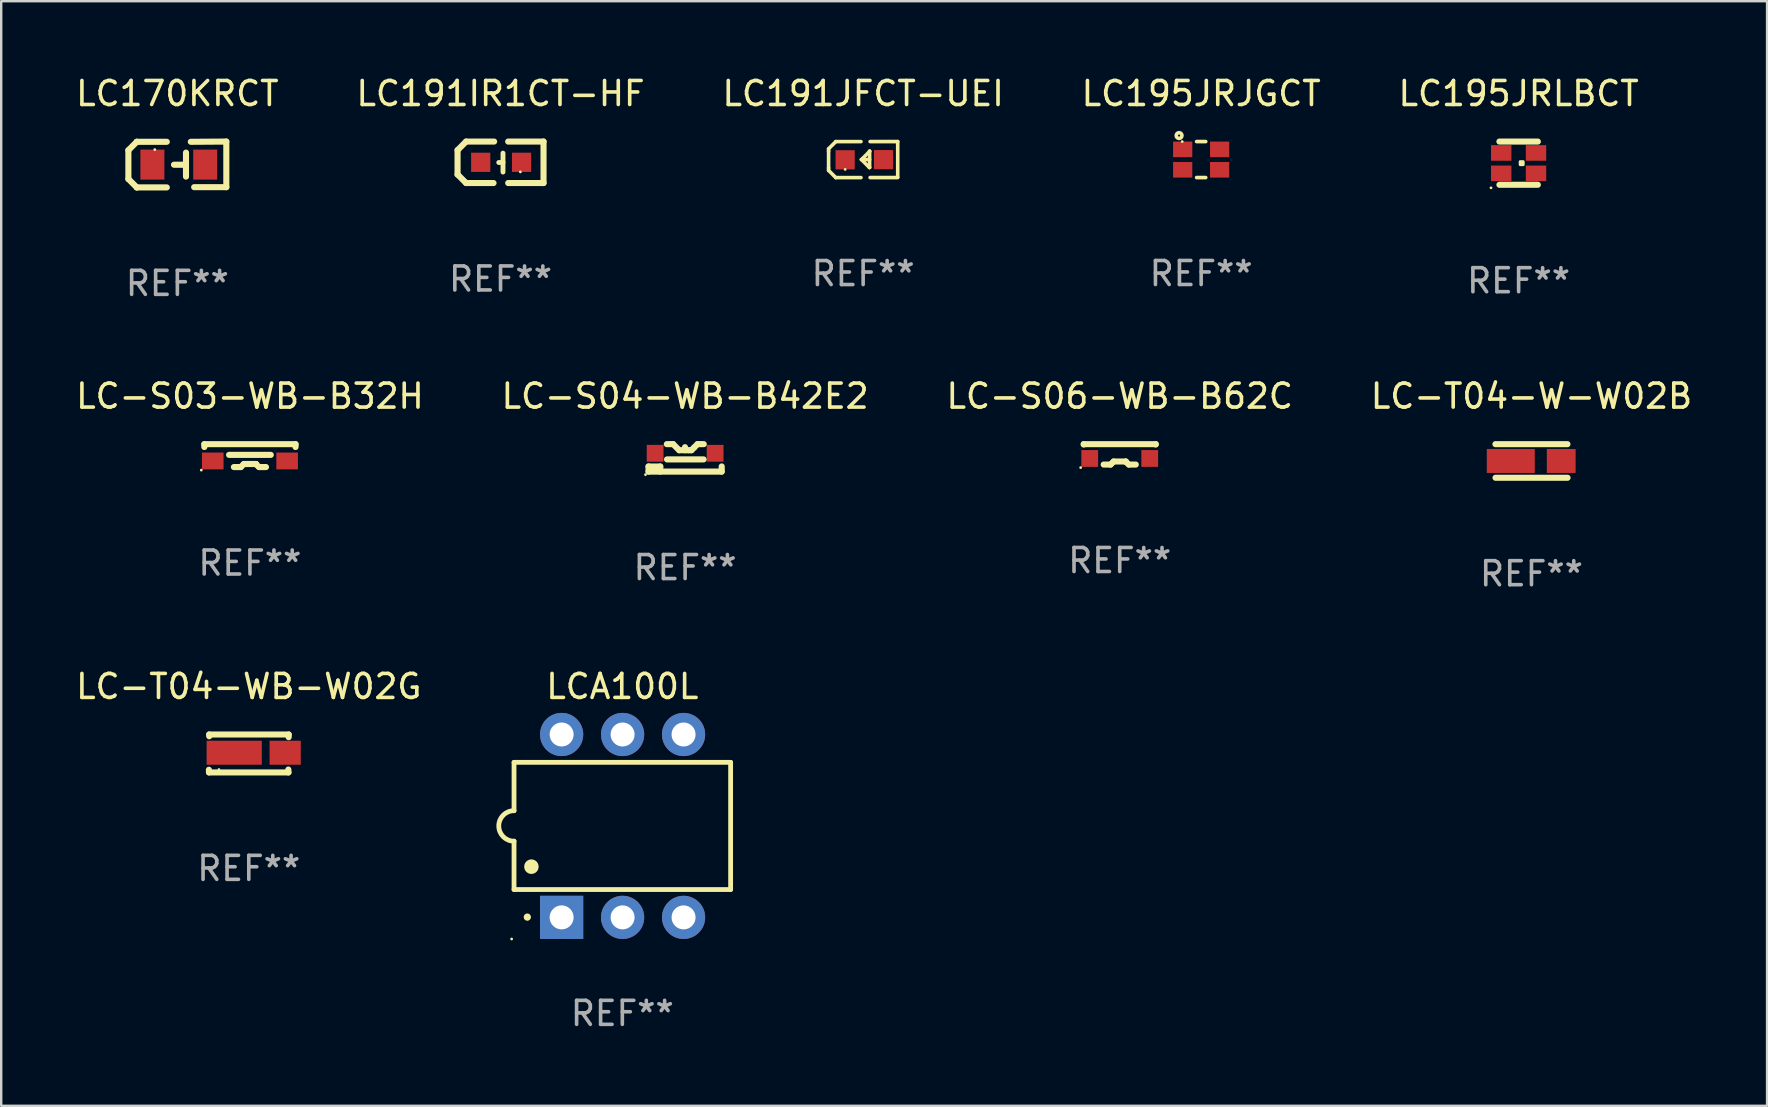
<source format=kicad_pcb>
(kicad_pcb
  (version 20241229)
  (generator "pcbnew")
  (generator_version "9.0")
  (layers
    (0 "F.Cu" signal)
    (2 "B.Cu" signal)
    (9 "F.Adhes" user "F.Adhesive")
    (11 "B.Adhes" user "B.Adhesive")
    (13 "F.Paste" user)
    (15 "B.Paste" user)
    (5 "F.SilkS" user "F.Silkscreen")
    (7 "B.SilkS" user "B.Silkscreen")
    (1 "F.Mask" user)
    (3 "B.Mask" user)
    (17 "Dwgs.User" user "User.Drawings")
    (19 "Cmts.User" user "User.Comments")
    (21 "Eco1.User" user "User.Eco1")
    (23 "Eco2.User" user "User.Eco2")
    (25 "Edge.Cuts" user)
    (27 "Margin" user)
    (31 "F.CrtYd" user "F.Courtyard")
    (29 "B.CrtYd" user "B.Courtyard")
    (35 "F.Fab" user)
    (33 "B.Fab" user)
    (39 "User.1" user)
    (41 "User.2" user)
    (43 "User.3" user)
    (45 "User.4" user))
  (footprint "LC-T04-WB-W02G"
    (layer "F.Cu")
    (at 7.315 28.341)
    (property "Reference" "LC-T04-WB-W02G" (at 0 -2.79 0) (layer "F.SilkS") (effects (font (size 1 1) (thickness 0.15))))
    (attr through_hole)
    (fp_line (start -1.662 0.68) (end -1.658 0.79) (stroke (width 0.254) (type solid)) (layer "F.SilkS"))
    (fp_line (start -1.658 0.79) (end 1.652 0.79) (stroke (width 0.254) (type solid)) (layer "F.SilkS"))
    (fp_line (start -1.648 -0.79) (end 1.662 -0.79) (stroke (width 0.254) (type solid)) (layer "F.SilkS"))
    (fp_line (start -1.648 -0.716) (end -1.648 -0.79) (stroke (width 0.254) (type solid)) (layer "F.SilkS"))
    (fp_line (start 1.652 0.79) (end 1.648 0.67) (stroke (width 0.254) (type solid)) (layer "F.SilkS"))
    (fp_line (start 1.662 -0.79) (end 1.662 -0.678) (stroke (width 0.254) (type solid)) (layer "F.SilkS"))
    (fp_circle (center -1.243 0.67) (end -1.213 0.67) (stroke (width 0.06) (type solid)) (fill no) (layer "F.SilkS"))
    (fp_text user "REF**" (at 0 4.79 0) (layer "F.Fab") (effects (font (size 1 1) (thickness 0.15))))
    (pad "1" smd rect (at -0.607 -0.03) (size 2.3 1) (layers "F.Cu" "F.Mask" "F.Paste"))
    (pad "2" smd rect (at 1.516 -0.03) (size 1.3 1) (layers "F.Cu" "F.Mask" "F.Paste")))
  (footprint "LC-T04-W-W02B"
    (layer "F.Cu")
    (at 60.756 16.155)
    (property "Reference" "LC-T04-W-W02B" (at 0 -2.7 0) (layer "F.SilkS") (effects (font (size 1 1) (thickness 0.15))))
    (attr through_hole)
    (fp_line (start -1.502 -0.7) (end 1.498 -0.7) (stroke (width 0.254) (type solid)) (layer "F.SilkS"))
    (fp_line (start 1.502 0.7) (end -1.498 0.7) (stroke (width 0.254) (type solid)) (layer "F.SilkS"))
    (fp_circle (center -1.512 0.7) (end -1.482 0.7) (stroke (width 0.06) (type solid)) (fill no) (layer "F.SilkS"))
    (fp_text user "REF**" (at 0 4.7 0) (layer "F.Fab") (effects (font (size 1 1) (thickness 0.15))))
    (pad "1" smd rect (at -0.862 0) (size 2 1) (layers "F.Cu" "F.Mask" "F.Paste"))
    (pad "2" smd rect (at 1.239 0) (size 1.2 1) (layers "F.Cu" "F.Mask" "F.Paste")))
  (footprint "LCA100L"
    (layer "F.Cu")
    (at 22.878 31.361)
    (property "Reference" "LCA100L" (at 0 -5.81 0) (layer "F.SilkS") (effects (font (size 1 1) (thickness 0.15))))
    (attr through_hole)
    (fp_line (start -4.512 -2.649) (end 4.512 -2.649) (stroke (width 0.2) (type solid)) (layer "F.SilkS"))
    (fp_line (start -4.512 -0.635) (end -4.512 -2.649) (stroke (width 0.2) (type solid)) (layer "F.SilkS"))
    (fp_line (start -4.512 2.649) (end -4.512 0.635) (stroke (width 0.2) (type solid)) (layer "F.SilkS"))
    (fp_line (start 4.512 -2.649) (end 4.512 2.649) (stroke (width 0.2) (type solid)) (layer "F.SilkS"))
    (fp_line (start 4.512 2.649) (end -4.512 2.649) (stroke (width 0.2) (type solid)) (layer "F.SilkS"))
    (fp_arc (start -4.512319 0.635001) (mid -5.14732 0) (end -4.512319 -0.635001) (stroke (width 0.2) (type solid)) (layer "F.SilkS"))
    (fp_arc (start -3.958598 3.799848) (mid -3.958603 3.798578) (end -3.958598 3.797308) (stroke (width 0.3) (type solid)) (layer "F.SilkS"))
    (fp_arc (start -3.788418 1.699263) (mid -3.788429 1.696723) (end -3.788418 1.694183) (stroke (width 0.6) (type solid)) (layer "F.SilkS"))
    (fp_circle (center -4.612 4.71) (end -4.582 4.71) (stroke (width 0.06) (type solid)) (fill no) (layer "F.SilkS"))
    (fp_text user "REF**" (at 0 7.81 0) (layer "F.Fab") (effects (font (size 1 1) (thickness 0.15))))
    (pad "1" thru_hole rect (at -2.529 3.81 90) (size 1.8 1.8) (drill 1) (layers "*.Cu" "*.Mask"))
    (pad "2" thru_hole circle (at 0.011 3.81) (size 1.8 1.8) (drill 1) (layers "*.Cu" "*.Mask"))
    (pad "3" thru_hole circle (at 2.551 3.81) (size 1.8 1.8) (drill 1) (layers "*.Cu" "*.Mask"))
    (pad "4" thru_hole circle (at 2.551 -3.81) (size 1.8 1.8) (drill 1) (layers "*.Cu" "*.Mask"))
    (pad "5" thru_hole circle (at 0.011 -3.81) (size 1.8 1.8) (drill 1) (layers "*.Cu" "*.Mask"))
    (pad "6" thru_hole circle (at -2.529 -3.81) (size 1.8 1.8) (drill 1) (layers "*.Cu" "*.Mask")))
  (footprint "LC-S04-WB-B42E2"
    (layer "F.Cu")
    (at 25.494 16.026)
    (property "Reference" "LC-S04-WB-B42E2" (at 0 -2.572 0) (layer "F.SilkS") (effects (font (size 1 1) (thickness 0.15))))
    (attr through_hole)
    (fp_line (start -1.524 0.572) (end -1.524 0.357) (stroke (width 0.254) (type solid)) (layer "F.SilkS"))
    (fp_line (start -1.524 0.572) (end 1.524 0.572) (stroke (width 0.254) (type solid)) (layer "F.SilkS"))
    (fp_line (start -1.036 0.36) (end -1.524 0.36) (stroke (width 0.254) (type solid)) (layer "F.SilkS"))
    (fp_line (start -1.036 0.572) (end -1.036 0.36) (stroke (width 0.254) (type solid)) (layer "F.SilkS"))
    (fp_line (start -0.762 -0.572) (end -0.5 -0.572) (stroke (width 0.254) (type solid)) (layer "F.SilkS"))
    (fp_line (start -0.754 0.064) (end 0.77 0.064) (stroke (width 0.254) (type solid)) (layer "F.SilkS"))
    (fp_line (start -0.5 -0.572) (end -0.246 -0.318) (stroke (width 0.254) (type solid)) (layer "F.SilkS"))
    (fp_line (start -0.246 -0.318) (end 0.135 -0.318) (stroke (width 0.254) (type solid)) (layer "F.SilkS"))
    (fp_line (start -0.005 -0.318) (end -0.005 -0.445) (stroke (width 0.254) (type solid)) (layer "F.SilkS"))
    (fp_line (start 0.135 -0.318) (end 0.262 -0.318) (stroke (width 0.254) (type solid)) (layer "F.SilkS"))
    (fp_line (start 0.262 -0.318) (end 0.376 -0.432) (stroke (width 0.254) (type solid)) (layer "F.SilkS"))
    (fp_line (start 0.376 -0.432) (end 0.516 -0.572) (stroke (width 0.254) (type solid)) (layer "F.SilkS"))
    (fp_line (start 0.516 -0.572) (end 0.777 -0.572) (stroke (width 0.254) (type solid)) (layer "F.SilkS"))
    (fp_line (start 1.524 0.572) (end 1.524 0.357) (stroke (width 0.254) (type solid)) (layer "F.SilkS"))
    (fp_circle (center -1.651 0.699) (end -1.621 0.699) (stroke (width 0.06) (type solid)) (fill no) (layer "F.SilkS"))
    (fp_text user "REF**" (at 0 4.572 0) (layer "F.Fab") (effects (font (size 1 1) (thickness 0.15))))
    (pad "1" smd rect (at -1.25 -0.191) (size 0.7 0.7) (layers "F.Cu" "F.Mask" "F.Paste"))
    (pad "2" smd rect (at 1.25 -0.191) (size 0.7 0.7) (layers "F.Cu" "F.Mask" "F.Paste")))
  (footprint "LC-S03-WB-B32H"
    (layer "F.Cu")
    (at 7.363 15.932)
    (property "Reference" "LC-S03-WB-B32H" (at 0 -2.477 0) (layer "F.SilkS") (effects (font (size 1 1) (thickness 0.15))))
    (attr through_hole)
    (fp_line (start -1.9 -0.477) (end -1.9 -0.358) (stroke (width 0.254) (type solid)) (layer "F.SilkS"))
    (fp_line (start -0.869 -0.031) (end 0.869 -0.031) (stroke (width 0.254) (type solid)) (layer "F.SilkS"))
    (fp_line (start -0.669 0.477) (end -0.381 0.477) (stroke (width 0.254) (type solid)) (layer "F.SilkS"))
    (fp_line (start -0.381 0.477) (end -0.254 0.35) (stroke (width 0.254) (type solid)) (layer "F.SilkS"))
    (fp_line (start -0.254 0.35) (end 0.254 0.35) (stroke (width 0.254) (type solid)) (layer "F.SilkS"))
    (fp_line (start 0.254 0.35) (end 0.254 0.36) (stroke (width 0.254) (type solid)) (layer "F.SilkS"))
    (fp_line (start 0.254 0.36) (end 0.381 0.477) (stroke (width 0.254) (type solid)) (layer "F.SilkS"))
    (fp_line (start 0.381 0.477) (end 0.669 0.477) (stroke (width 0.254) (type solid)) (layer "F.SilkS"))
    (fp_line (start 1.9 -0.477) (end -1.9 -0.477) (stroke (width 0.254) (type solid)) (layer "F.SilkS"))
    (fp_line (start 1.9 -0.477) (end 1.9 -0.358) (stroke (width 0.254) (type solid)) (layer "F.SilkS"))
    (fp_circle (center -2.027 0.604) (end -1.997 0.604) (stroke (width 0.06) (type solid)) (fill no) (layer "F.SilkS"))
    (fp_text user "REF**" (at 0 4.477 0) (layer "F.Fab") (effects (font (size 1 1) (thickness 0.15))))
    (pad "1" smd rect (at -1.55 0.223) (size 0.9 0.7) (layers "F.Cu" "F.Mask" "F.Paste"))
    (pad "2" smd rect (at 1.55 0.223) (size 0.9 0.7) (layers "F.Cu" "F.Mask" "F.Paste")))
  (footprint "LC195JRJGCT"
    (layer "F.Cu")
    (at 46.994 3.598)
    (property "Reference" "LC195JRJGCT" (at 0 -2.75 0) (layer "F.SilkS") (effects (font (size 1 1) (thickness 0.15))))
    (attr through_hole)
    (fp_line (start -0.19 -0.75) (end 0.19 -0.75) (stroke (width 0.152) (type solid)) (layer "F.SilkS"))
    (fp_line (start -0.19 0.75) (end 0.189 0.75) (stroke (width 0.152) (type solid)) (layer "F.SilkS"))
    (fp_circle (center -0.92 -1) (end -0.877 -1) (stroke (width 0.152) (type solid)) (fill no) (layer "F.SilkS"))
    (fp_circle (center -0.79 -0.75) (end -0.76 -0.75) (stroke (width 0.06) (type solid)) (fill no) (layer "F.SilkS"))
    (fp_text user "REF**" (at 0 4.75 0) (layer "F.Fab") (effects (font (size 1 1) (thickness 0.15))))
    (pad "1" smd rect (at -0.77 -0.425) (size 0.8 0.65) (layers "F.Cu" "F.Mask" "F.Paste"))
    (pad "2" smd rect (at 0.77 -0.425) (size 0.8 0.65) (layers "F.Cu" "F.Mask" "F.Paste"))
    (pad "3" smd rect (at -0.77 0.425) (size 0.8 0.65) (layers "F.Cu" "F.Mask" "F.Paste"))
    (pad "4" smd rect (at 0.769 0.425) (size 0.8 0.65) (layers "F.Cu" "F.Mask" "F.Paste")))
  (footprint "LC170KRCT"
    (layer "F.Cu")
    (at 4.339 3.803)
    (property "Reference" "LC170KRCT" (at 0 -2.955 0) (layer "F.SilkS") (effects (font (size 1 1) (thickness 0.15))))
    (attr through_hole)
    (fp_line (start -2.04 -0.595) (end -2.04 0.605) (stroke (width 0.254) (type solid)) (layer "F.SilkS"))
    (fp_line (start -1.69 -0.945) (end -1.69 -0.945) (stroke (width 0.254) (type solid)) (layer "F.SilkS"))
    (fp_line (start -1.69 -0.945) (end -2.04 -0.595) (stroke (width 0.254) (type solid)) (layer "F.SilkS"))
    (fp_line (start -1.69 0.955) (end -2.04 0.605) (stroke (width 0.254) (type solid)) (layer "F.SilkS"))
    (fp_line (start -1.69 0.955) (end -1.69 0.955) (stroke (width 0.254) (type solid)) (layer "F.SilkS"))
    (fp_line (start -0.44 -0.945) (end -1.69 -0.945) (stroke (width 0.254) (type solid)) (layer "F.SilkS"))
    (fp_line (start -0.44 0.955) (end -1.69 0.955) (stroke (width 0.254) (type solid)) (layer "F.SilkS"))
    (fp_line (start 0.36 -0.495) (end 0.36 0.505) (stroke (width 0.254) (type solid)) (layer "F.SilkS"))
    (fp_line (start 0.36 0.01) (end -0.14 0.01) (stroke (width 0.254) (type solid)) (layer "F.SilkS"))
    (fp_line (start 0.56 -0.945) (end 2.04 -0.955) (stroke (width 0.254) (type solid)) (layer "F.SilkS"))
    (fp_line (start 0.7 0.945) (end 2.04 0.945) (stroke (width 0.254) (type solid)) (layer "F.SilkS"))
    (fp_line (start 2.04 -0.955) (end 2.04 0.945) (stroke (width 0.254) (type solid)) (layer "F.SilkS"))
    (fp_circle (center -0.94 -0.62) (end -0.91 -0.62) (stroke (width 0.06) (type solid)) (fill no) (layer "F.SilkS"))
    (fp_text user "REF**" (at 0 4.955 0) (layer "F.Fab") (effects (font (size 1 1) (thickness 0.15))))
    (pad "1" smd rect (at -1.04 0.005 180) (size 1 1.25) (layers "F.Cu" "F.Mask" "F.Paste"))
    (pad "2" smd rect (at 1.16 0.005 180) (size 1 1.25) (layers "F.Cu" "F.Mask" "F.Paste")))
  (footprint "LC195JRLBCT"
    (layer "F.Cu")
    (at 60.22 3.748)
    (property "Reference" "LC195JRLBCT" (at 0 -2.9 0) (layer "F.SilkS") (effects (font (size 1 1) (thickness 0.15))))
    (attr through_hole)
    (fp_line (start -0.8 -0.9) (end 0.8 -0.9) (stroke (width 0.254) (type solid)) (layer "F.SilkS"))
    (fp_line (start -0.8 0.9) (end 0.8 0.9) (stroke (width 0.254) (type solid)) (layer "F.SilkS"))
    (fp_circle (center -1.15 1.027) (end -1.12 1.027) (stroke (width 0.06) (type solid)) (fill no) (layer "F.SilkS"))
    (fp_poly (pts (xy 0.064 -0.064) (xy 0.191 -0.064) (xy 0.191 0.063) (xy 0.064 0.063)) (stroke (width 0.12) (type solid)) (fill yes) (layer "F.SilkS"))
    (fp_text user "REF**" (at 0 4.9 0) (layer "F.Fab") (effects (font (size 1 1) (thickness 0.15))))
    (pad "1" smd rect (at -0.725 0.425 180) (size 0.85 0.65) (layers "F.Cu" "F.Mask" "F.Paste"))
    (pad "2" smd rect (at -0.725 -0.425 180) (size 0.85 0.65) (layers "F.Cu" "F.Mask" "F.Paste"))
    (pad "3" smd rect (at 0.725 0.425 180) (size 0.85 0.65) (layers "F.Cu" "F.Mask" "F.Paste"))
    (pad "4" smd rect (at 0.725 -0.425 180) (size 0.85 0.65) (layers "F.Cu" "F.Mask" "F.Paste")))
  (footprint "LC191IR1CT-HF"
    (layer "F.Cu")
    (at 17.804 3.712)
    (property "Reference" "LC191IR1CT-HF" (at 0 -2.864 0) (layer "F.SilkS") (effects (font (size 1 1) (thickness 0.15))))
    (attr through_hole)
    (fp_line (start -1.791 -0.508) (end -1.435 -0.864) (stroke (width 0.254) (type solid)) (layer "F.SilkS"))
    (fp_line (start -1.791 0.508) (end -1.791 -0.508) (stroke (width 0.254) (type solid)) (layer "F.SilkS"))
    (fp_line (start -1.435 0.864) (end -1.791 0.508) (stroke (width 0.254) (type solid)) (layer "F.SilkS"))
    (fp_line (start -0.292 0.864) (end -1.435 0.864) (stroke (width 0.254) (type solid)) (layer "F.SilkS"))
    (fp_line (start -0.267 -0.864) (end -1.435 -0.864) (stroke (width 0.254) (type solid)) (layer "F.SilkS"))
    (fp_line (start 0.102 0.008) (end -0.074 0.008) (stroke (width 0.203) (type solid)) (layer "F.SilkS"))
    (fp_line (start 0.102 0.406) (end 0.102 -0.381) (stroke (width 0.203) (type solid)) (layer "F.SilkS"))
    (fp_line (start 1.791 -0.864) (end 0.318 -0.864) (stroke (width 0.254) (type solid)) (layer "F.SilkS"))
    (fp_line (start 1.791 0.864) (end 0.318 0.864) (stroke (width 0.254) (type solid)) (layer "F.SilkS"))
    (fp_line (start 1.791 0.864) (end 1.791 -0.864) (stroke (width 0.254) (type solid)) (layer "F.SilkS"))
    (fp_circle (center 0.825 0.4) (end 0.855 0.4) (stroke (width 0.06) (type solid)) (fill no) (layer "F.SilkS"))
    (fp_text user "REF**" (at 0 4.864 0) (layer "F.Fab") (effects (font (size 1 1) (thickness 0.15))))
    (pad "1" smd rect (at 0.876 0 90) (size 0.8 0.8) (layers "F.Cu" "F.Mask" "F.Paste"))
    (pad "2" smd rect (at -0.826 0 90) (size 0.8 0.8) (layers "F.Cu" "F.Mask" "F.Paste")))
  (footprint "LC-S06-WB-B62C"
    (layer "F.Cu")
    (at 43.601 15.88)
    (property "Reference" "LC-S06-WB-B62C" (at 0 -2.425 0) (layer "F.SilkS") (effects (font (size 1 1) (thickness 0.15))))
    (attr through_hole)
    (fp_line (start -1.5 -0.425) (end -1.5 -0.41) (stroke (width 0.254) (type solid)) (layer "F.SilkS"))
    (fp_line (start -0.669 0.425) (end -0.381 0.425) (stroke (width 0.254) (type solid)) (layer "F.SilkS"))
    (fp_line (start -0.381 0.425) (end -0.254 0.298) (stroke (width 0.254) (type solid)) (layer "F.SilkS"))
    (fp_line (start -0.254 0.298) (end 0.254 0.298) (stroke (width 0.254) (type solid)) (layer "F.SilkS"))
    (fp_line (start 0.254 0.298) (end 0.254 0.308) (stroke (width 0.254) (type solid)) (layer "F.SilkS"))
    (fp_line (start 0.254 0.308) (end 0.381 0.425) (stroke (width 0.254) (type solid)) (layer "F.SilkS"))
    (fp_line (start 0.381 0.425) (end 0.669 0.425) (stroke (width 0.254) (type solid)) (layer "F.SilkS"))
    (fp_line (start 1.5 -0.425) (end -1.5 -0.425) (stroke (width 0.254) (type solid)) (layer "F.SilkS"))
    (fp_line (start 1.5 -0.425) (end 1.5 -0.41) (stroke (width 0.254) (type solid)) (layer "F.SilkS"))
    (fp_circle (center -1.627 0.552) (end -1.597 0.552) (stroke (width 0.06) (type solid)) (fill no) (layer "F.SilkS"))
    (fp_text user "REF**" (at 0 4.425 0) (layer "F.Fab") (effects (font (size 1 1) (thickness 0.15))))
    (pad "1" smd rect (at -1.25 0.171) (size 0.7 0.7) (layers "F.Cu" "F.Mask" "F.Paste"))
    (pad "2" smd rect (at 1.25 0.171) (size 0.7 0.7) (layers "F.Cu" "F.Mask" "F.Paste")))
  (footprint "LC191JFCT-UEI"
    (layer "F.Cu")
    (at 32.911 3.599)
    (property "Reference" "LC191JFCT-UEI" (at 0 -2.751 0) (layer "F.SilkS") (effects (font (size 1 1) (thickness 0.15))))
    (attr through_hole)
    (fp_line (start -1.44 -0.449) (end -1.14 -0.749) (stroke (width 0.15) (type solid)) (layer "F.SilkS"))
    (fp_line (start -1.44 -0.349) (end -1.44 -0.449) (stroke (width 0.15) (type solid)) (layer "F.SilkS"))
    (fp_line (start -1.44 -0.349) (end -1.44 0.351) (stroke (width 0.15) (type solid)) (layer "F.SilkS"))
    (fp_line (start -1.44 0.351) (end -1.44 0.451) (stroke (width 0.15) (type solid)) (layer "F.SilkS"))
    (fp_line (start -1.44 0.451) (end -1.14 0.751) (stroke (width 0.15) (type solid)) (layer "F.SilkS"))
    (fp_line (start -0.09 -0.749) (end -1.14 -0.749) (stroke (width 0.15) (type solid)) (layer "F.SilkS"))
    (fp_line (start -0.09 0.751) (end -1.14 0.751) (stroke (width 0.15) (type solid)) (layer "F.SilkS"))
    (fp_line (start 0.26 0.329) (end -0.07 -0.001) (stroke (width 0.15) (type solid)) (layer "F.SilkS"))
    (fp_line (start 0.27 -0.351) (end 0.27 -0.341) (stroke (width 0.15) (type solid)) (layer "F.SilkS"))
    (fp_line (start 0.27 -0.351) (end 0.27 0.329) (stroke (width 0.15) (type solid)) (layer "F.SilkS"))
    (fp_line (start 0.27 -0.341) (end -0.07 -0.001) (stroke (width 0.15) (type solid)) (layer "F.SilkS"))
    (fp_line (start 0.27 -0.001) (end -0.07 -0.001) (stroke (width 0.15) (type solid)) (layer "F.SilkS"))
    (fp_line (start 0.27 0.329) (end 0.26 0.329) (stroke (width 0.15) (type solid)) (layer "F.SilkS"))
    (fp_line (start 0.29 -0.751) (end 1.44 -0.751) (stroke (width 0.15) (type solid)) (layer "F.SilkS"))
    (fp_line (start 0.29 0.749) (end 1.44 0.749) (stroke (width 0.15) (type solid)) (layer "F.SilkS"))
    (fp_line (start 1.44 -0.751) (end 1.44 0.729) (stroke (width 0.15) (type solid)) (layer "F.SilkS"))
    (fp_circle (center -0.75 0.409) (end -0.72 0.409) (stroke (width 0.06) (type solid)) (fill no) (layer "F.SilkS"))
    (fp_text user "REF**" (at 0 4.751 0) (layer "F.Fab") (effects (font (size 1 1) (thickness 0.15))))
    (pad "1" smd rect (at -0.75 0.009 90) (size 0.8 0.8) (layers "F.Cu" "F.Mask" "F.Paste"))
    (pad "2" smd rect (at 0.849 0.002 90) (size 0.8 0.8) (layers "F.Cu" "F.Mask" "F.Paste")))
  (gr_rect
    (start -3 -3)
    (end 70.571 43.02)
    (stroke (width 0.1) (type default))
    (fill no)
    (layer "Edge.Cuts")))
</source>
